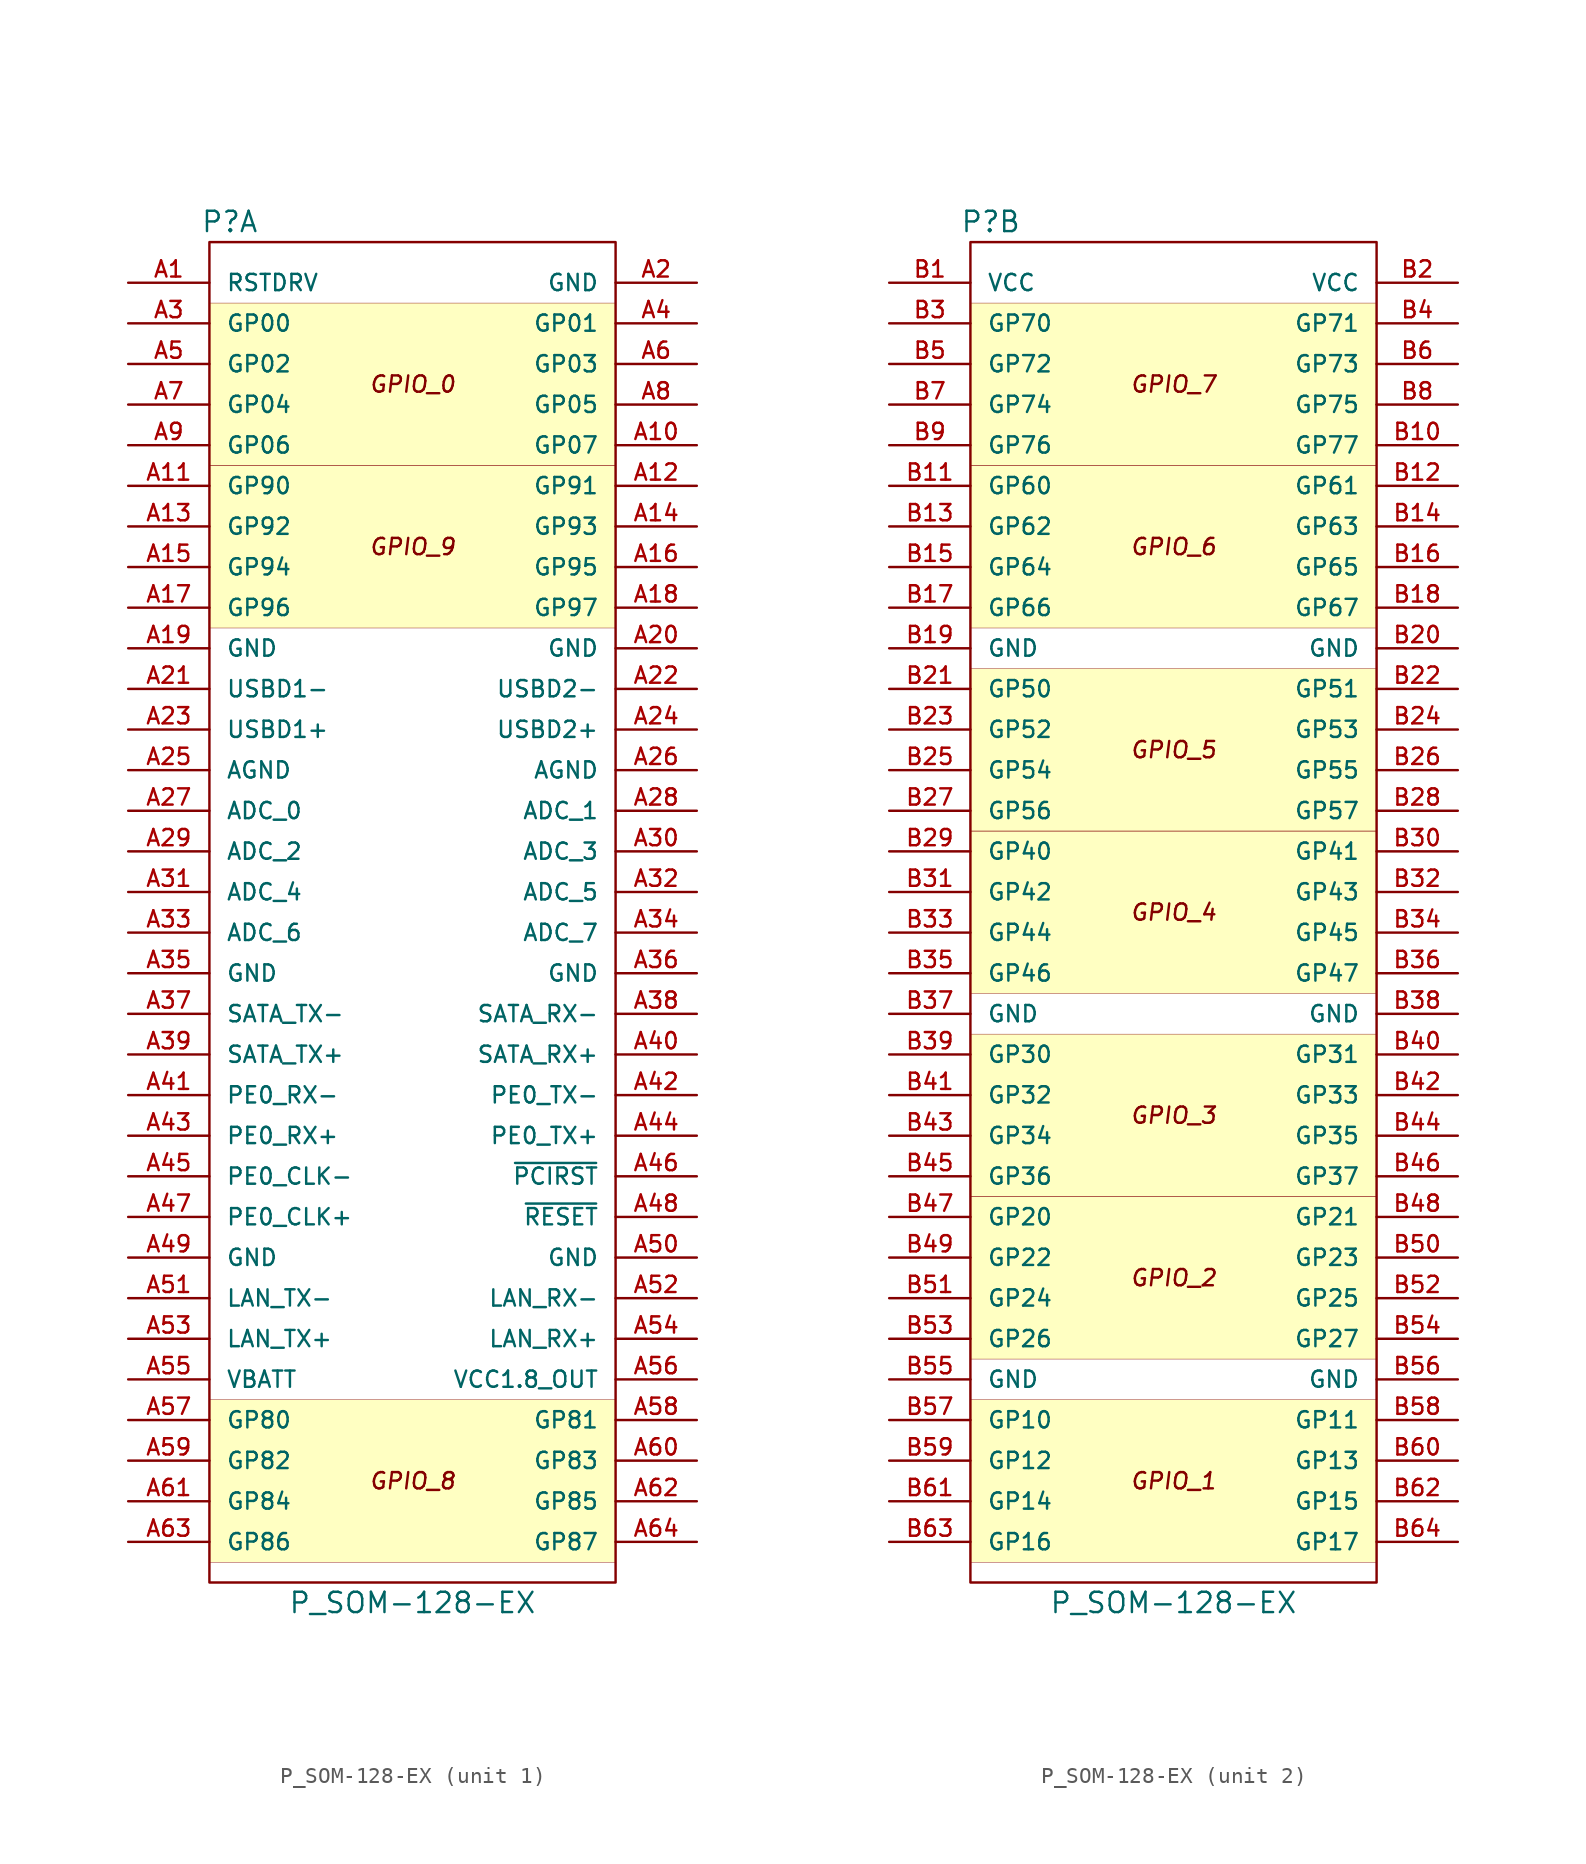
<source format=kicad_sym>
(kicad_symbol_lib
  (version 20220914)
  (generator kicad_symbol_editor)
  (symbol "P_SOM-128-EX"
    (pin_names
      (offset 1.016))
    (property "Reference" "P"
      (at -11.43 43.18 0)
      (effects (font (size 1.27 1.27))))
    (property "Value" "P_SOM-128-EX"
      (at 0 -43.18 0)
      (effects (font (size 1.27 1.27))))
    (symbol "P_SOM-128-EX_1_0"
      (text "GPIO_0" (at 0 33.02 0) (effects (font (size 1.016 1.016) italic)))
      (text "GPIO_8" (at 0 -35.56 0) (effects (font (size 1.016 1.016) italic)))
      (text "GPIO_9" (at 0 22.86 0) (effects (font (size 1.016 1.016) italic))))
    (symbol "P_SOM-128-EX_1_1"
      (rectangle (start -12.7 -30.48) (end 12.7 -40.64) (stroke (width 0.025) (type default)) (fill (type background)))
      (rectangle (start -12.7 17.78) (end 12.7 27.94) (stroke (width 0.025) (type default)) (fill (type background)))
      (rectangle (start -12.7 38.1) (end 12.7 27.94) (stroke (width 0.025) (type default)) (fill (type background)))
      (rectangle (start -12.7 41.91) (end 12.7 -41.91) (stroke (width 0) (type default)) (fill (type none)))
      (pin passive line (at -17.78 39.37 0) (length 5.08) (name "RSTDRV" (effects (font (size 1.016 1.016)))) (number "A1" (effects (font (size 1.016 1.016)))))
      (pin passive line (at 17.78 29.21 180) (length 5.08) (name "GP07" (effects (font (size 1.016 1.016)))) (number "A10" (effects (font (size 1.016 1.016)))))
      (pin passive line (at -17.78 26.67 0) (length 5.08) (name "GP90" (effects (font (size 1.016 1.016)))) (number "A11" (effects (font (size 1.016 1.016)))))
      (pin passive line (at 17.78 26.67 180) (length 5.08) (name "GP91" (effects (font (size 1.016 1.016)))) (number "A12" (effects (font (size 1.016 1.016)))))
      (pin passive line (at -17.78 24.13 0) (length 5.08) (name "GP92" (effects (font (size 1.016 1.016)))) (number "A13" (effects (font (size 1.016 1.016)))))
      (pin passive line (at 17.78 24.13 180) (length 5.08) (name "GP93" (effects (font (size 1.016 1.016)))) (number "A14" (effects (font (size 1.016 1.016)))))
      (pin passive line (at -17.78 21.59 0) (length 5.08) (name "GP94" (effects (font (size 1.016 1.016)))) (number "A15" (effects (font (size 1.016 1.016)))))
      (pin passive line (at 17.78 21.59 180) (length 5.08) (name "GP95" (effects (font (size 1.016 1.016)))) (number "A16" (effects (font (size 1.016 1.016)))))
      (pin passive line (at -17.78 19.05 0) (length 5.08) (name "GP96" (effects (font (size 1.016 1.016)))) (number "A17" (effects (font (size 1.016 1.016)))))
      (pin passive line (at 17.78 19.05 180) (length 5.08) (name "GP97" (effects (font (size 1.016 1.016)))) (number "A18" (effects (font (size 1.016 1.016)))))
      (pin passive line (at -17.78 16.51 0) (length 5.08) (name "GND" (effects (font (size 1.016 1.016)))) (number "A19" (effects (font (size 1.016 1.016)))))
      (pin passive line (at 17.78 39.37 180) (length 5.08) (name "GND" (effects (font (size 1.016 1.016)))) (number "A2" (effects (font (size 1.016 1.016)))))
      (pin passive line (at 17.78 16.51 180) (length 5.08) (name "GND" (effects (font (size 1.016 1.016)))) (number "A20" (effects (font (size 1.016 1.016)))))
      (pin passive line (at -17.78 13.97 0) (length 5.08) (name "USBD1-" (effects (font (size 1.016 1.016)))) (number "A21" (effects (font (size 1.016 1.016)))))
      (pin passive line (at 17.78 13.97 180) (length 5.08) (name "USBD2-" (effects (font (size 1.016 1.016)))) (number "A22" (effects (font (size 1.016 1.016)))))
      (pin passive line (at -17.78 11.43 0) (length 5.08) (name "USBD1+" (effects (font (size 1.016 1.016)))) (number "A23" (effects (font (size 1.016 1.016)))))
      (pin passive line (at 17.78 11.43 180) (length 5.08) (name "USBD2+" (effects (font (size 1.016 1.016)))) (number "A24" (effects (font (size 1.016 1.016)))))
      (pin passive line (at -17.78 8.89 0) (length 5.08) (name "AGND" (effects (font (size 1.016 1.016)))) (number "A25" (effects (font (size 1.016 1.016)))))
      (pin passive line (at 17.78 8.89 180) (length 5.08) (name "AGND" (effects (font (size 1.016 1.016)))) (number "A26" (effects (font (size 1.016 1.016)))))
      (pin passive line (at -17.78 6.35 0) (length 5.08) (name "ADC_0" (effects (font (size 1.016 1.016)))) (number "A27" (effects (font (size 1.016 1.016)))))
      (pin passive line (at 17.78 6.35 180) (length 5.08) (name "ADC_1" (effects (font (size 1.016 1.016)))) (number "A28" (effects (font (size 1.016 1.016)))))
      (pin passive line (at -17.78 3.81 0) (length 5.08) (name "ADC_2" (effects (font (size 1.016 1.016)))) (number "A29" (effects (font (size 1.016 1.016)))))
      (pin passive line (at -17.78 36.83 0) (length 5.08) (name "GP00" (effects (font (size 1.016 1.016)))) (number "A3" (effects (font (size 1.016 1.016)))))
      (pin passive line (at 17.78 3.81 180) (length 5.08) (name "ADC_3" (effects (font (size 1.016 1.016)))) (number "A30" (effects (font (size 1.016 1.016)))))
      (pin passive line (at -17.78 1.27 0) (length 5.08) (name "ADC_4" (effects (font (size 1.016 1.016)))) (number "A31" (effects (font (size 1.016 1.016)))))
      (pin passive line (at 17.78 1.27 180) (length 5.08) (name "ADC_5" (effects (font (size 1.016 1.016)))) (number "A32" (effects (font (size 1.016 1.016)))))
      (pin passive line (at -17.78 -1.27 0) (length 5.08) (name "ADC_6" (effects (font (size 1.016 1.016)))) (number "A33" (effects (font (size 1.016 1.016)))))
      (pin passive line (at 17.78 -1.27 180) (length 5.08) (name "ADC_7" (effects (font (size 1.016 1.016)))) (number "A34" (effects (font (size 1.016 1.016)))))
      (pin passive line (at -17.78 -3.81 0) (length 5.08) (name "GND" (effects (font (size 1.016 1.016)))) (number "A35" (effects (font (size 1.016 1.016)))))
      (pin passive line (at 17.78 -3.81 180) (length 5.08) (name "GND" (effects (font (size 1.016 1.016)))) (number "A36" (effects (font (size 1.016 1.016)))))
      (pin passive line (at -17.78 -6.35 0) (length 5.08) (name "SATA_TX-" (effects (font (size 1.016 1.016)))) (number "A37" (effects (font (size 1.016 1.016)))))
      (pin passive line (at 17.78 -6.35 180) (length 5.08) (name "SATA_RX-" (effects (font (size 1.016 1.016)))) (number "A38" (effects (font (size 1.016 1.016)))))
      (pin passive line (at -17.78 -8.89 0) (length 5.08) (name "SATA_TX+" (effects (font (size 1.016 1.016)))) (number "A39" (effects (font (size 1.016 1.016)))))
      (pin passive line (at 17.78 36.83 180) (length 5.08) (name "GP01" (effects (font (size 1.016 1.016)))) (number "A4" (effects (font (size 1.016 1.016)))))
      (pin passive line (at 17.78 -8.89 180) (length 5.08) (name "SATA_RX+" (effects (font (size 1.016 1.016)))) (number "A40" (effects (font (size 1.016 1.016)))))
      (pin passive line (at -17.78 -11.43 0) (length 5.08) (name "PE0_RX-" (effects (font (size 1.016 1.016)))) (number "A41" (effects (font (size 1.016 1.016)))))
      (pin passive line (at 17.78 -11.43 180) (length 5.08) (name "PE0_TX-" (effects (font (size 1.016 1.016)))) (number "A42" (effects (font (size 1.016 1.016)))))
      (pin passive line (at -17.78 -13.97 0) (length 5.08) (name "PE0_RX+" (effects (font (size 1.016 1.016)))) (number "A43" (effects (font (size 1.016 1.016)))))
      (pin passive line (at 17.78 -13.97 180) (length 5.08) (name "PE0_TX+" (effects (font (size 1.016 1.016)))) (number "A44" (effects (font (size 1.016 1.016)))))
      (pin passive line (at -17.78 -16.51 0) (length 5.08) (name "PE0_CLK-" (effects (font (size 1.016 1.016)))) (number "A45" (effects (font (size 1.016 1.016)))))
      (pin passive line (at 17.78 -16.51 180) (length 5.08) (name "~{PCIRST}" (effects (font (size 1.016 1.016)))) (number "A46" (effects (font (size 1.016 1.016)))))
      (pin passive line (at -17.78 -19.05 0) (length 5.08) (name "PE0_CLK+" (effects (font (size 1.016 1.016)))) (number "A47" (effects (font (size 1.016 1.016)))))
      (pin passive line (at 17.78 -19.05 180) (length 5.08) (name "~{RESET}" (effects (font (size 1.016 1.016)))) (number "A48" (effects (font (size 1.016 1.016)))))
      (pin passive line (at -17.78 -21.59 0) (length 5.08) (name "GND" (effects (font (size 1.016 1.016)))) (number "A49" (effects (font (size 1.016 1.016)))))
      (pin passive line (at -17.78 34.29 0) (length 5.08) (name "GP02" (effects (font (size 1.016 1.016)))) (number "A5" (effects (font (size 1.016 1.016)))))
      (pin passive line (at 17.78 -21.59 180) (length 5.08) (name "GND" (effects (font (size 1.016 1.016)))) (number "A50" (effects (font (size 1.016 1.016)))))
      (pin passive line (at -17.78 -24.13 0) (length 5.08) (name "LAN_TX-" (effects (font (size 1.016 1.016)))) (number "A51" (effects (font (size 1.016 1.016)))))
      (pin passive line (at 17.78 -24.13 180) (length 5.08) (name "LAN_RX-" (effects (font (size 1.016 1.016)))) (number "A52" (effects (font (size 1.016 1.016)))))
      (pin passive line (at -17.78 -26.67 0) (length 5.08) (name "LAN_TX+" (effects (font (size 1.016 1.016)))) (number "A53" (effects (font (size 1.016 1.016)))))
      (pin passive line (at 17.78 -26.67 180) (length 5.08) (name "LAN_RX+" (effects (font (size 1.016 1.016)))) (number "A54" (effects (font (size 1.016 1.016)))))
      (pin passive line (at -17.78 -29.21 0) (length 5.08) (name "VBATT" (effects (font (size 1.016 1.016)))) (number "A55" (effects (font (size 1.016 1.016)))))
      (pin passive line (at 17.78 -29.21 180) (length 5.08) (name "VCC1.8_OUT" (effects (font (size 1.016 1.016)))) (number "A56" (effects (font (size 1.016 1.016)))))
      (pin passive line (at -17.78 -31.75 0) (length 5.08) (name "GP80" (effects (font (size 1.016 1.016)))) (number "A57" (effects (font (size 1.016 1.016)))))
      (pin passive line (at 17.78 -31.75 180) (length 5.08) (name "GP81" (effects (font (size 1.016 1.016)))) (number "A58" (effects (font (size 1.016 1.016)))))
      (pin passive line (at -17.78 -34.29 0) (length 5.08) (name "GP82" (effects (font (size 1.016 1.016)))) (number "A59" (effects (font (size 1.016 1.016)))))
      (pin passive line (at 17.78 34.29 180) (length 5.08) (name "GP03" (effects (font (size 1.016 1.016)))) (number "A6" (effects (font (size 1.016 1.016)))))
      (pin passive line (at 17.78 -34.29 180) (length 5.08) (name "GP83" (effects (font (size 1.016 1.016)))) (number "A60" (effects (font (size 1.016 1.016)))))
      (pin passive line (at -17.78 -36.83 0) (length 5.08) (name "GP84" (effects (font (size 1.016 1.016)))) (number "A61" (effects (font (size 1.016 1.016)))))
      (pin passive line (at 17.78 -36.83 180) (length 5.08) (name "GP85" (effects (font (size 1.016 1.016)))) (number "A62" (effects (font (size 1.016 1.016)))))
      (pin passive line (at -17.78 -39.37 0) (length 5.08) (name "GP86" (effects (font (size 1.016 1.016)))) (number "A63" (effects (font (size 1.016 1.016)))))
      (pin passive line (at 17.78 -39.37 180) (length 5.08) (name "GP87" (effects (font (size 1.016 1.016)))) (number "A64" (effects (font (size 1.016 1.016)))))
      (pin passive line (at -17.78 31.75 0) (length 5.08) (name "GP04" (effects (font (size 1.016 1.016)))) (number "A7" (effects (font (size 1.016 1.016)))))
      (pin passive line (at 17.78 31.75 180) (length 5.08) (name "GP05" (effects (font (size 1.016 1.016)))) (number "A8" (effects (font (size 1.016 1.016)))))
      (pin passive line (at -17.78 29.21 0) (length 5.08) (name "GP06" (effects (font (size 1.016 1.016)))) (number "A9" (effects (font (size 1.016 1.016))))))
    (symbol "P_SOM-128-EX_2_0"
      (rectangle (start -12.7 -30.48) (end 12.7 -40.64) (stroke (width 0.025) (type default)) (fill (type background)))
      (rectangle (start -12.7 -17.78) (end 12.7 -27.94) (stroke (width 0.025) (type default)) (fill (type background)))
      (rectangle (start -12.7 -7.62) (end 12.7 -17.78) (stroke (width 0.025) (type default)) (fill (type background)))
      (rectangle (start -12.7 5.08) (end 12.7 -5.08) (stroke (width 0.025) (type default)) (fill (type background)))
      (rectangle (start -12.7 15.24) (end 12.7 5.08) (stroke (width 0.025) (type default)) (fill (type background)))
      (rectangle (start -12.7 17.78) (end 12.7 27.94) (stroke (width 0.025) (type default)) (fill (type background)))
      (rectangle (start -12.7 38.1) (end 12.7 27.94) (stroke (width 0.025) (type default)) (fill (type background)))
      (rectangle (start -12.7 41.91) (end 12.7 -41.91) (stroke (width 0) (type default)) (fill (type none)))
      (text "GPIO_7" (at 0 33.02 0) (effects (font (size 1.016 1.016) italic))))
    (symbol "P_SOM-128-EX_2_1"
      (text "GPIO_1" (at 0 -35.56 0) (effects (font (size 1.016 1.016) italic)))
      (text "GPIO_2" (at 0 -22.86 0) (effects (font (size 1.016 1.016) italic)))
      (text "GPIO_3" (at 0 -12.7 0) (effects (font (size 1.016 1.016) italic)))
      (text "GPIO_4" (at 0 0 0) (effects (font (size 1.016 1.016) italic)))
      (text "GPIO_5" (at 0 10.16 0) (effects (font (size 1.016 1.016) italic)))
      (text "GPIO_6" (at 0 22.86 0) (effects (font (size 1.016 1.016) italic)))
      (pin passive line (at -17.78 39.37 0) (length 5.08) (name "VCC" (effects (font (size 1.016 1.016)))) (number "B1" (effects (font (size 1.016 1.016)))))
      (pin passive line (at 17.78 29.21 180) (length 5.08) (name "GP77" (effects (font (size 1.016 1.016)))) (number "B10" (effects (font (size 1.016 1.016)))))
      (pin passive line (at -17.78 26.67 0) (length 5.08) (name "GP60" (effects (font (size 1.016 1.016)))) (number "B11" (effects (font (size 1.016 1.016)))))
      (pin passive line (at 17.78 26.67 180) (length 5.08) (name "GP61" (effects (font (size 1.016 1.016)))) (number "B12" (effects (font (size 1.016 1.016)))))
      (pin passive line (at -17.78 24.13 0) (length 5.08) (name "GP62" (effects (font (size 1.016 1.016)))) (number "B13" (effects (font (size 1.016 1.016)))))
      (pin passive line (at 17.78 24.13 180) (length 5.08) (name "GP63" (effects (font (size 1.016 1.016)))) (number "B14" (effects (font (size 1.016 1.016)))))
      (pin passive line (at -17.78 21.59 0) (length 5.08) (name "GP64" (effects (font (size 1.016 1.016)))) (number "B15" (effects (font (size 1.016 1.016)))))
      (pin passive line (at 17.78 21.59 180) (length 5.08) (name "GP65" (effects (font (size 1.016 1.016)))) (number "B16" (effects (font (size 1.016 1.016)))))
      (pin passive line (at -17.78 19.05 0) (length 5.08) (name "GP66" (effects (font (size 1.016 1.016)))) (number "B17" (effects (font (size 1.016 1.016)))))
      (pin passive line (at 17.78 19.05 180) (length 5.08) (name "GP67" (effects (font (size 1.016 1.016)))) (number "B18" (effects (font (size 1.016 1.016)))))
      (pin passive line (at -17.78 16.51 0) (length 5.08) (name "GND" (effects (font (size 1.016 1.016)))) (number "B19" (effects (font (size 1.016 1.016)))))
      (pin passive line (at 17.78 39.37 180) (length 5.08) (name "VCC" (effects (font (size 1.016 1.016)))) (number "B2" (effects (font (size 1.016 1.016)))))
      (pin passive line (at 17.78 16.51 180) (length 5.08) (name "GND" (effects (font (size 1.016 1.016)))) (number "B20" (effects (font (size 1.016 1.016)))))
      (pin passive line (at -17.78 13.97 0) (length 5.08) (name "GP50" (effects (font (size 1.016 1.016)))) (number "B21" (effects (font (size 1.016 1.016)))))
      (pin passive line (at 17.78 13.97 180) (length 5.08) (name "GP51" (effects (font (size 1.016 1.016)))) (number "B22" (effects (font (size 1.016 1.016)))))
      (pin passive line (at -17.78 11.43 0) (length 5.08) (name "GP52" (effects (font (size 1.016 1.016)))) (number "B23" (effects (font (size 1.016 1.016)))))
      (pin passive line (at 17.78 11.43 180) (length 5.08) (name "GP53" (effects (font (size 1.016 1.016)))) (number "B24" (effects (font (size 1.016 1.016)))))
      (pin passive line (at -17.78 8.89 0) (length 5.08) (name "GP54" (effects (font (size 1.016 1.016)))) (number "B25" (effects (font (size 1.016 1.016)))))
      (pin passive line (at 17.78 8.89 180) (length 5.08) (name "GP55" (effects (font (size 1.016 1.016)))) (number "B26" (effects (font (size 1.016 1.016)))))
      (pin passive line (at -17.78 6.35 0) (length 5.08) (name "GP56" (effects (font (size 1.016 1.016)))) (number "B27" (effects (font (size 1.016 1.016)))))
      (pin passive line (at 17.78 6.35 180) (length 5.08) (name "GP57" (effects (font (size 1.016 1.016)))) (number "B28" (effects (font (size 1.016 1.016)))))
      (pin passive line (at -17.78 3.81 0) (length 5.08) (name "GP40" (effects (font (size 1.016 1.016)))) (number "B29" (effects (font (size 1.016 1.016)))))
      (pin passive line (at -17.78 36.83 0) (length 5.08) (name "GP70" (effects (font (size 1.016 1.016)))) (number "B3" (effects (font (size 1.016 1.016)))))
      (pin passive line (at 17.78 3.81 180) (length 5.08) (name "GP41" (effects (font (size 1.016 1.016)))) (number "B30" (effects (font (size 1.016 1.016)))))
      (pin passive line (at -17.78 1.27 0) (length 5.08) (name "GP42" (effects (font (size 1.016 1.016)))) (number "B31" (effects (font (size 1.016 1.016)))))
      (pin passive line (at 17.78 1.27 180) (length 5.08) (name "GP43" (effects (font (size 1.016 1.016)))) (number "B32" (effects (font (size 1.016 1.016)))))
      (pin passive line (at -17.78 -1.27 0) (length 5.08) (name "GP44" (effects (font (size 1.016 1.016)))) (number "B33" (effects (font (size 1.016 1.016)))))
      (pin passive line (at 17.78 -1.27 180) (length 5.08) (name "GP45" (effects (font (size 1.016 1.016)))) (number "B34" (effects (font (size 1.016 1.016)))))
      (pin passive line (at -17.78 -3.81 0) (length 5.08) (name "GP46" (effects (font (size 1.016 1.016)))) (number "B35" (effects (font (size 1.016 1.016)))))
      (pin passive line (at 17.78 -3.81 180) (length 5.08) (name "GP47" (effects (font (size 1.016 1.016)))) (number "B36" (effects (font (size 1.016 1.016)))))
      (pin passive line (at -17.78 -6.35 0) (length 5.08) (name "GND" (effects (font (size 1.016 1.016)))) (number "B37" (effects (font (size 1.016 1.016)))))
      (pin passive line (at 17.78 -6.35 180) (length 5.08) (name "GND" (effects (font (size 1.016 1.016)))) (number "B38" (effects (font (size 1.016 1.016)))))
      (pin passive line (at -17.78 -8.89 0) (length 5.08) (name "GP30" (effects (font (size 1.016 1.016)))) (number "B39" (effects (font (size 1.016 1.016)))))
      (pin passive line (at 17.78 36.83 180) (length 5.08) (name "GP71" (effects (font (size 1.016 1.016)))) (number "B4" (effects (font (size 1.016 1.016)))))
      (pin passive line (at 17.78 -8.89 180) (length 5.08) (name "GP31" (effects (font (size 1.016 1.016)))) (number "B40" (effects (font (size 1.016 1.016)))))
      (pin passive line (at -17.78 -11.43 0) (length 5.08) (name "GP32" (effects (font (size 1.016 1.016)))) (number "B41" (effects (font (size 1.016 1.016)))))
      (pin passive line (at 17.78 -11.43 180) (length 5.08) (name "GP33" (effects (font (size 1.016 1.016)))) (number "B42" (effects (font (size 1.016 1.016)))))
      (pin passive line (at -17.78 -13.97 0) (length 5.08) (name "GP34" (effects (font (size 1.016 1.016)))) (number "B43" (effects (font (size 1.016 1.016)))))
      (pin passive line (at 17.78 -13.97 180) (length 5.08) (name "GP35" (effects (font (size 1.016 1.016)))) (number "B44" (effects (font (size 1.016 1.016)))))
      (pin passive line (at -17.78 -16.51 0) (length 5.08) (name "GP36" (effects (font (size 1.016 1.016)))) (number "B45" (effects (font (size 1.016 1.016)))))
      (pin passive line (at 17.78 -16.51 180) (length 5.08) (name "GP37" (effects (font (size 1.016 1.016)))) (number "B46" (effects (font (size 1.016 1.016)))))
      (pin passive line (at -17.78 -19.05 0) (length 5.08) (name "GP20" (effects (font (size 1.016 1.016)))) (number "B47" (effects (font (size 1.016 1.016)))))
      (pin passive line (at 17.78 -19.05 180) (length 5.08) (name "GP21" (effects (font (size 1.016 1.016)))) (number "B48" (effects (font (size 1.016 1.016)))))
      (pin passive line (at -17.78 -21.59 0) (length 5.08) (name "GP22" (effects (font (size 1.016 1.016)))) (number "B49" (effects (font (size 1.016 1.016)))))
      (pin passive line (at -17.78 34.29 0) (length 5.08) (name "GP72" (effects (font (size 1.016 1.016)))) (number "B5" (effects (font (size 1.016 1.016)))))
      (pin passive line (at 17.78 -21.59 180) (length 5.08) (name "GP23" (effects (font (size 1.016 1.016)))) (number "B50" (effects (font (size 1.016 1.016)))))
      (pin passive line (at -17.78 -24.13 0) (length 5.08) (name "GP24" (effects (font (size 1.016 1.016)))) (number "B51" (effects (font (size 1.016 1.016)))))
      (pin passive line (at 17.78 -24.13 180) (length 5.08) (name "GP25" (effects (font (size 1.016 1.016)))) (number "B52" (effects (font (size 1.016 1.016)))))
      (pin passive line (at -17.78 -26.67 0) (length 5.08) (name "GP26" (effects (font (size 1.016 1.016)))) (number "B53" (effects (font (size 1.016 1.016)))))
      (pin passive line (at 17.78 -26.67 180) (length 5.08) (name "GP27" (effects (font (size 1.016 1.016)))) (number "B54" (effects (font (size 1.016 1.016)))))
      (pin passive line (at -17.78 -29.21 0) (length 5.08) (name "GND" (effects (font (size 1.016 1.016)))) (number "B55" (effects (font (size 1.016 1.016)))))
      (pin passive line (at 17.78 -29.21 180) (length 5.08) (name "GND" (effects (font (size 1.016 1.016)))) (number "B56" (effects (font (size 1.016 1.016)))))
      (pin passive line (at -17.78 -31.75 0) (length 5.08) (name "GP10" (effects (font (size 1.016 1.016)))) (number "B57" (effects (font (size 1.016 1.016)))))
      (pin passive line (at 17.78 -31.75 180) (length 5.08) (name "GP11" (effects (font (size 1.016 1.016)))) (number "B58" (effects (font (size 1.016 1.016)))))
      (pin passive line (at -17.78 -34.29 0) (length 5.08) (name "GP12" (effects (font (size 1.016 1.016)))) (number "B59" (effects (font (size 1.016 1.016)))))
      (pin passive line (at 17.78 34.29 180) (length 5.08) (name "GP73" (effects (font (size 1.016 1.016)))) (number "B6" (effects (font (size 1.016 1.016)))))
      (pin passive line (at 17.78 -34.29 180) (length 5.08) (name "GP13" (effects (font (size 1.016 1.016)))) (number "B60" (effects (font (size 1.016 1.016)))))
      (pin passive line (at -17.78 -36.83 0) (length 5.08) (name "GP14" (effects (font (size 1.016 1.016)))) (number "B61" (effects (font (size 1.016 1.016)))))
      (pin passive line (at 17.78 -36.83 180) (length 5.08) (name "GP15" (effects (font (size 1.016 1.016)))) (number "B62" (effects (font (size 1.016 1.016)))))
      (pin passive line (at -17.78 -39.37 0) (length 5.08) (name "GP16" (effects (font (size 1.016 1.016)))) (number "B63" (effects (font (size 1.016 1.016)))))
      (pin passive line (at 17.78 -39.37 180) (length 5.08) (name "GP17" (effects (font (size 1.016 1.016)))) (number "B64" (effects (font (size 1.016 1.016)))))
      (pin passive line (at -17.78 31.75 0) (length 5.08) (name "GP74" (effects (font (size 1.016 1.016)))) (number "B7" (effects (font (size 1.016 1.016)))))
      (pin passive line (at 17.78 31.75 180) (length 5.08) (name "GP75" (effects (font (size 1.016 1.016)))) (number "B8" (effects (font (size 1.016 1.016)))))
      (pin passive line (at -17.78 29.21 0) (length 5.08) (name "GP76" (effects (font (size 1.016 1.016)))) (number "B9" (effects (font (size 1.016 1.016))))))))
</source>
